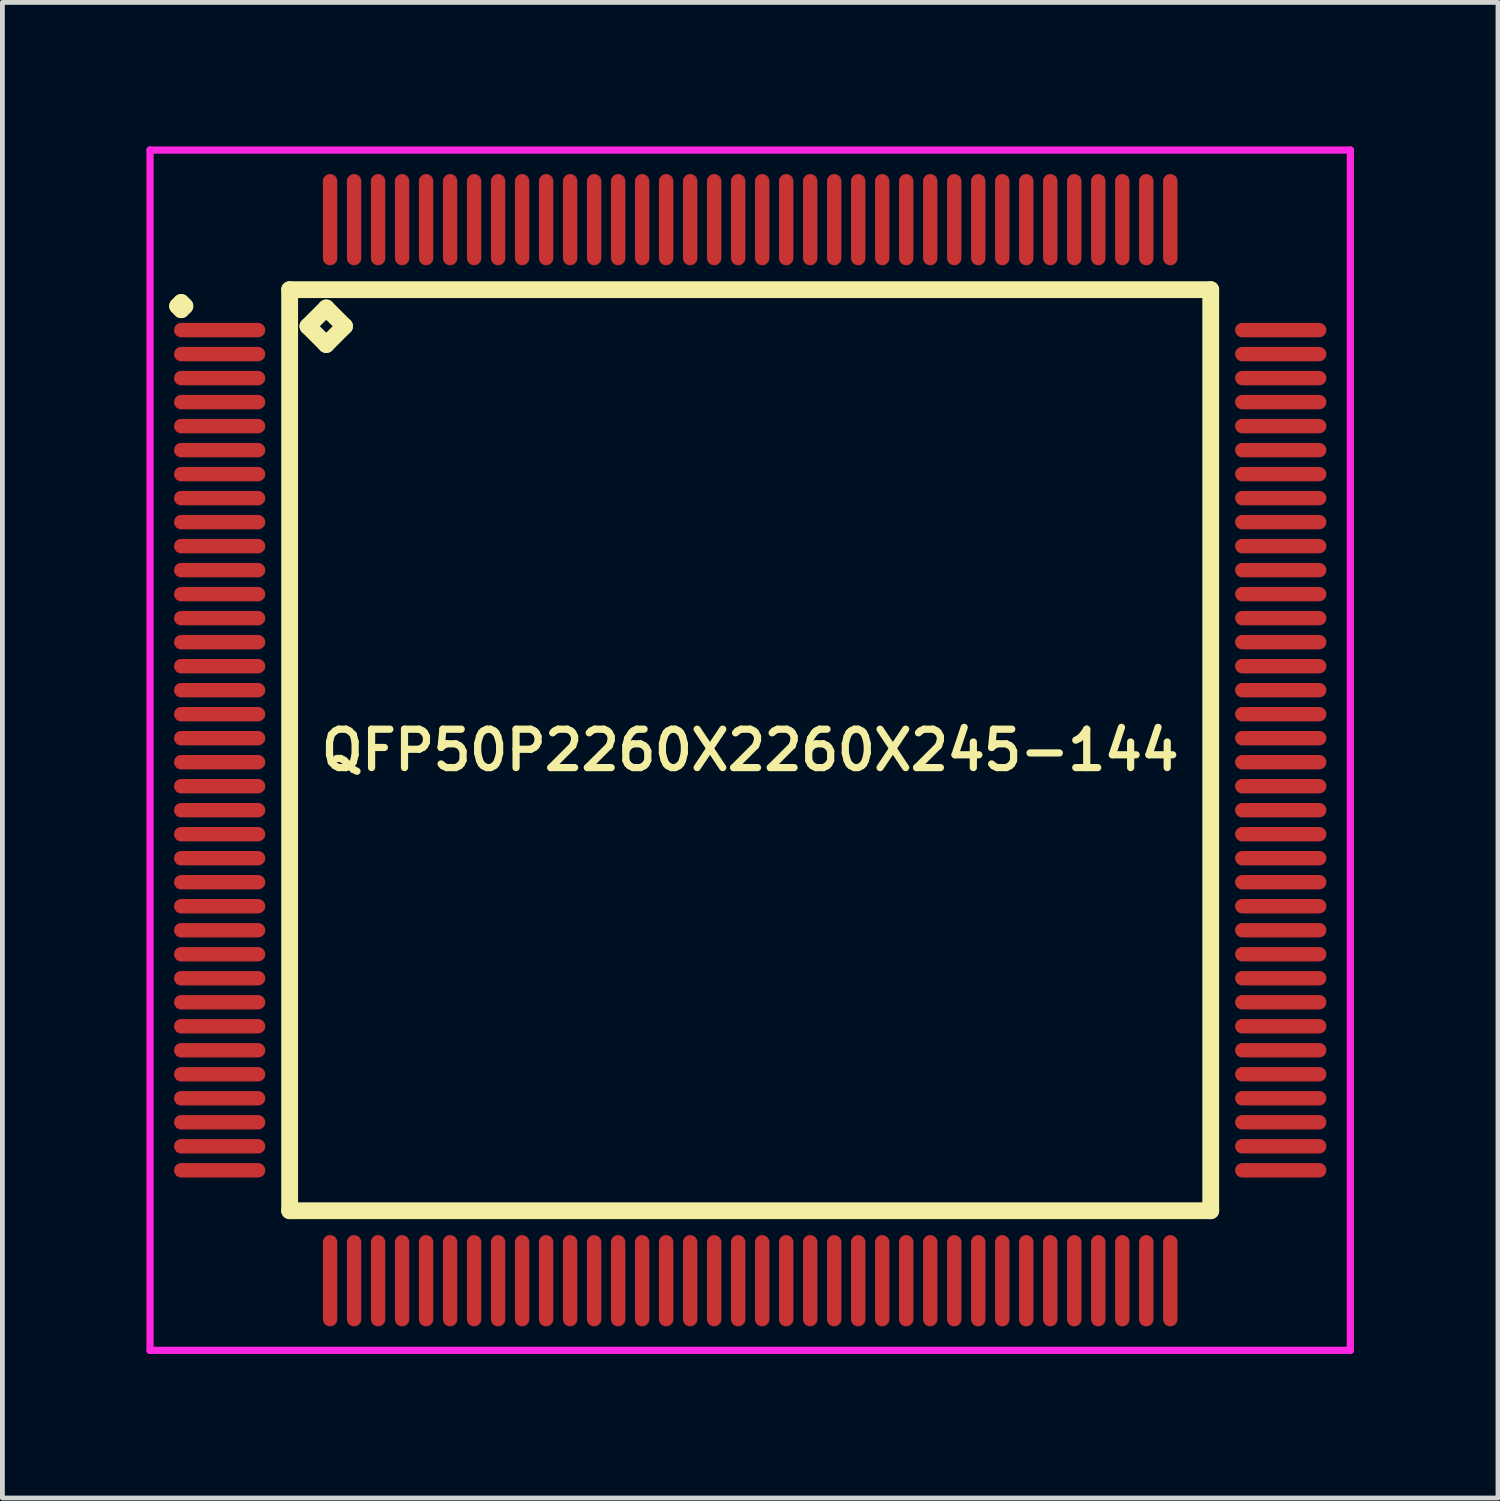
<source format=kicad_pcb>
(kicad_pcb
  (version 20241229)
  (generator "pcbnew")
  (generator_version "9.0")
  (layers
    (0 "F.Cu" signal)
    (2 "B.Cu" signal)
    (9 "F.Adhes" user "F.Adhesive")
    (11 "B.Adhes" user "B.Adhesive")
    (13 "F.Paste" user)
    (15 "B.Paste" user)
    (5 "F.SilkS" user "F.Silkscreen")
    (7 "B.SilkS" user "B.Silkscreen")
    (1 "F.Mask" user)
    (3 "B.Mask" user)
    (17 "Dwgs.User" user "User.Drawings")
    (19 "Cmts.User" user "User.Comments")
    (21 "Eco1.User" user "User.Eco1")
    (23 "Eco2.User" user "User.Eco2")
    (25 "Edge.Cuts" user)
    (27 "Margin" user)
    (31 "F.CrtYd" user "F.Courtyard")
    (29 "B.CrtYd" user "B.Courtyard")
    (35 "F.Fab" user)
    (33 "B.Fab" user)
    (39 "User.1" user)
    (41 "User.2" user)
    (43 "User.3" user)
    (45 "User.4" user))
  (footprint "QFP50P2260X2260X245-144"
    (layer "F.Cu")
    (at 12.575 12.575)
    (property "Reference" "QFP50P2260X2260X245-144" (at 0 0 0) (layer "F.SilkS") (effects (font (size 0.8 0.8) (thickness 0.15))))
    (attr through_hole)
    (fp_line (start -11.925 -9.25) (end -11.85 -9.325) (stroke (width 0.35) (type solid)) (layer "F.SilkS"))
    (fp_line (start -11.85 -9.325) (end -11.775 -9.25) (stroke (width 0.35) (type solid)) (layer "F.SilkS"))
    (fp_line (start -11.85 -9.175) (end -11.925 -9.25) (stroke (width 0.35) (type solid)) (layer "F.SilkS"))
    (fp_line (start -11.775 -9.25) (end -11.85 -9.175) (stroke (width 0.35) (type solid)) (layer "F.SilkS"))
    (fp_line (start -9.592 -9.592) (end -9.592 9.592) (stroke (width 0.35) (type solid)) (layer "F.SilkS"))
    (fp_line (start -9.592 9.592) (end 9.592 9.592) (stroke (width 0.35) (type solid)) (layer "F.SilkS"))
    (fp_line (start -9.211 -8.83) (end -8.83 -9.211) (stroke (width 0.35) (type solid)) (layer "F.SilkS"))
    (fp_line (start -8.83 -9.211) (end -8.449 -8.83) (stroke (width 0.35) (type solid)) (layer "F.SilkS"))
    (fp_line (start -8.83 -8.449) (end -9.211 -8.83) (stroke (width 0.35) (type solid)) (layer "F.SilkS"))
    (fp_line (start -8.449 -8.83) (end -8.83 -8.449) (stroke (width 0.35) (type solid)) (layer "F.SilkS"))
    (fp_line (start 9.592 -9.592) (end -9.592 -9.592) (stroke (width 0.35) (type solid)) (layer "F.SilkS"))
    (fp_line (start 9.592 9.592) (end 9.592 -9.592) (stroke (width 0.35) (type solid)) (layer "F.SilkS"))
    (fp_line (start -12.5 -12.5) (end 12.5 -12.5) (stroke (width 0.15) (type solid)) (layer "F.CrtYd"))
    (fp_line (start -12.5 12.5) (end -12.5 -12.5) (stroke (width 0.15) (type solid)) (layer "F.CrtYd"))
    (fp_line (start 12.5 -12.5) (end 12.5 12.5) (stroke (width 0.15) (type solid)) (layer "F.CrtYd"))
    (fp_line (start 12.5 12.5) (end -12.5 12.5) (stroke (width 0.15) (type solid)) (layer "F.CrtYd"))
    (pad "1" smd oval (at -11.05 -8.75) (size 1.9 0.3) (layers "F.Cu" "F.Mask" "F.Paste"))
    (pad "2" smd oval (at -11.05 -8.25) (size 1.9 0.3) (layers "F.Cu" "F.Mask" "F.Paste"))
    (pad "3" smd oval (at -11.05 -7.75) (size 1.9 0.3) (layers "F.Cu" "F.Mask" "F.Paste"))
    (pad "4" smd oval (at -11.05 -7.25) (size 1.9 0.3) (layers "F.Cu" "F.Mask" "F.Paste"))
    (pad "5" smd oval (at -11.05 -6.75) (size 1.9 0.3) (layers "F.Cu" "F.Mask" "F.Paste"))
    (pad "6" smd oval (at -11.05 -6.25) (size 1.9 0.3) (layers "F.Cu" "F.Mask" "F.Paste"))
    (pad "7" smd oval (at -11.05 -5.75) (size 1.9 0.3) (layers "F.Cu" "F.Mask" "F.Paste"))
    (pad "8" smd oval (at -11.05 -5.25) (size 1.9 0.3) (layers "F.Cu" "F.Mask" "F.Paste"))
    (pad "9" smd oval (at -11.05 -4.75) (size 1.9 0.3) (layers "F.Cu" "F.Mask" "F.Paste"))
    (pad "10" smd oval (at -11.05 -4.25) (size 1.9 0.3) (layers "F.Cu" "F.Mask" "F.Paste"))
    (pad "11" smd oval (at -11.05 -3.75) (size 1.9 0.3) (layers "F.Cu" "F.Mask" "F.Paste"))
    (pad "12" smd oval (at -11.05 -3.25) (size 1.9 0.3) (layers "F.Cu" "F.Mask" "F.Paste"))
    (pad "13" smd oval (at -11.05 -2.75) (size 1.9 0.3) (layers "F.Cu" "F.Mask" "F.Paste"))
    (pad "14" smd oval (at -11.05 -2.25) (size 1.9 0.3) (layers "F.Cu" "F.Mask" "F.Paste"))
    (pad "15" smd oval (at -11.05 -1.75) (size 1.9 0.3) (layers "F.Cu" "F.Mask" "F.Paste"))
    (pad "16" smd oval (at -11.05 -1.25) (size 1.9 0.3) (layers "F.Cu" "F.Mask" "F.Paste"))
    (pad "17" smd oval (at -11.05 -0.75) (size 1.9 0.3) (layers "F.Cu" "F.Mask" "F.Paste"))
    (pad "18" smd oval (at -11.05 -0.25) (size 1.9 0.3) (layers "F.Cu" "F.Mask" "F.Paste"))
    (pad "19" smd oval (at -11.05 0.25) (size 1.9 0.3) (layers "F.Cu" "F.Mask" "F.Paste"))
    (pad "20" smd oval (at -11.05 0.75) (size 1.9 0.3) (layers "F.Cu" "F.Mask" "F.Paste"))
    (pad "21" smd oval (at -11.05 1.25) (size 1.9 0.3) (layers "F.Cu" "F.Mask" "F.Paste"))
    (pad "22" smd oval (at -11.05 1.75) (size 1.9 0.3) (layers "F.Cu" "F.Mask" "F.Paste"))
    (pad "23" smd oval (at -11.05 2.25) (size 1.9 0.3) (layers "F.Cu" "F.Mask" "F.Paste"))
    (pad "24" smd oval (at -11.05 2.75) (size 1.9 0.3) (layers "F.Cu" "F.Mask" "F.Paste"))
    (pad "25" smd oval (at -11.05 3.25) (size 1.9 0.3) (layers "F.Cu" "F.Mask" "F.Paste"))
    (pad "26" smd oval (at -11.05 3.75) (size 1.9 0.3) (layers "F.Cu" "F.Mask" "F.Paste"))
    (pad "27" smd oval (at -11.05 4.25) (size 1.9 0.3) (layers "F.Cu" "F.Mask" "F.Paste"))
    (pad "28" smd oval (at -11.05 4.75) (size 1.9 0.3) (layers "F.Cu" "F.Mask" "F.Paste"))
    (pad "29" smd oval (at -11.05 5.25) (size 1.9 0.3) (layers "F.Cu" "F.Mask" "F.Paste"))
    (pad "30" smd oval (at -11.05 5.75) (size 1.9 0.3) (layers "F.Cu" "F.Mask" "F.Paste"))
    (pad "31" smd oval (at -11.05 6.25) (size 1.9 0.3) (layers "F.Cu" "F.Mask" "F.Paste"))
    (pad "32" smd oval (at -11.05 6.75) (size 1.9 0.3) (layers "F.Cu" "F.Mask" "F.Paste"))
    (pad "33" smd oval (at -11.05 7.25) (size 1.9 0.3) (layers "F.Cu" "F.Mask" "F.Paste"))
    (pad "34" smd oval (at -11.05 7.75) (size 1.9 0.3) (layers "F.Cu" "F.Mask" "F.Paste"))
    (pad "35" smd oval (at -11.05 8.25) (size 1.9 0.3) (layers "F.Cu" "F.Mask" "F.Paste"))
    (pad "36" smd oval (at -11.05 8.75) (size 1.9 0.3) (layers "F.Cu" "F.Mask" "F.Paste"))
    (pad "37" smd oval (at -8.75 11.05) (size 0.3 1.9) (layers "F.Cu" "F.Mask" "F.Paste"))
    (pad "38" smd oval (at -8.25 11.05) (size 0.3 1.9) (layers "F.Cu" "F.Mask" "F.Paste"))
    (pad "39" smd oval (at -7.75 11.05) (size 0.3 1.9) (layers "F.Cu" "F.Mask" "F.Paste"))
    (pad "40" smd oval (at -7.25 11.05) (size 0.3 1.9) (layers "F.Cu" "F.Mask" "F.Paste"))
    (pad "41" smd oval (at -6.75 11.05) (size 0.3 1.9) (layers "F.Cu" "F.Mask" "F.Paste"))
    (pad "42" smd oval (at -6.25 11.05) (size 0.3 1.9) (layers "F.Cu" "F.Mask" "F.Paste"))
    (pad "43" smd oval (at -5.75 11.05) (size 0.3 1.9) (layers "F.Cu" "F.Mask" "F.Paste"))
    (pad "44" smd oval (at -5.25 11.05) (size 0.3 1.9) (layers "F.Cu" "F.Mask" "F.Paste"))
    (pad "45" smd oval (at -4.75 11.05) (size 0.3 1.9) (layers "F.Cu" "F.Mask" "F.Paste"))
    (pad "46" smd oval (at -4.25 11.05) (size 0.3 1.9) (layers "F.Cu" "F.Mask" "F.Paste"))
    (pad "47" smd oval (at -3.75 11.05) (size 0.3 1.9) (layers "F.Cu" "F.Mask" "F.Paste"))
    (pad "48" smd oval (at -3.25 11.05) (size 0.3 1.9) (layers "F.Cu" "F.Mask" "F.Paste"))
    (pad "49" smd oval (at -2.75 11.05) (size 0.3 1.9) (layers "F.Cu" "F.Mask" "F.Paste"))
    (pad "50" smd oval (at -2.25 11.05) (size 0.3 1.9) (layers "F.Cu" "F.Mask" "F.Paste"))
    (pad "51" smd oval (at -1.75 11.05) (size 0.3 1.9) (layers "F.Cu" "F.Mask" "F.Paste"))
    (pad "52" smd oval (at -1.25 11.05) (size 0.3 1.9) (layers "F.Cu" "F.Mask" "F.Paste"))
    (pad "53" smd oval (at -0.75 11.05) (size 0.3 1.9) (layers "F.Cu" "F.Mask" "F.Paste"))
    (pad "54" smd oval (at -0.25 11.05) (size 0.3 1.9) (layers "F.Cu" "F.Mask" "F.Paste"))
    (pad "55" smd oval (at 0.25 11.05) (size 0.3 1.9) (layers "F.Cu" "F.Mask" "F.Paste"))
    (pad "56" smd oval (at 0.75 11.05) (size 0.3 1.9) (layers "F.Cu" "F.Mask" "F.Paste"))
    (pad "57" smd oval (at 1.25 11.05) (size 0.3 1.9) (layers "F.Cu" "F.Mask" "F.Paste"))
    (pad "58" smd oval (at 1.75 11.05) (size 0.3 1.9) (layers "F.Cu" "F.Mask" "F.Paste"))
    (pad "59" smd oval (at 2.25 11.05) (size 0.3 1.9) (layers "F.Cu" "F.Mask" "F.Paste"))
    (pad "60" smd oval (at 2.75 11.05) (size 0.3 1.9) (layers "F.Cu" "F.Mask" "F.Paste"))
    (pad "61" smd oval (at 3.25 11.05) (size 0.3 1.9) (layers "F.Cu" "F.Mask" "F.Paste"))
    (pad "62" smd oval (at 3.75 11.05) (size 0.3 1.9) (layers "F.Cu" "F.Mask" "F.Paste"))
    (pad "63" smd oval (at 4.25 11.05) (size 0.3 1.9) (layers "F.Cu" "F.Mask" "F.Paste"))
    (pad "64" smd oval (at 4.75 11.05) (size 0.3 1.9) (layers "F.Cu" "F.Mask" "F.Paste"))
    (pad "65" smd oval (at 5.25 11.05) (size 0.3 1.9) (layers "F.Cu" "F.Mask" "F.Paste"))
    (pad "66" smd oval (at 5.75 11.05) (size 0.3 1.9) (layers "F.Cu" "F.Mask" "F.Paste"))
    (pad "67" smd oval (at 6.25 11.05) (size 0.3 1.9) (layers "F.Cu" "F.Mask" "F.Paste"))
    (pad "68" smd oval (at 6.75 11.05) (size 0.3 1.9) (layers "F.Cu" "F.Mask" "F.Paste"))
    (pad "69" smd oval (at 7.25 11.05) (size 0.3 1.9) (layers "F.Cu" "F.Mask" "F.Paste"))
    (pad "70" smd oval (at 7.75 11.05) (size 0.3 1.9) (layers "F.Cu" "F.Mask" "F.Paste"))
    (pad "71" smd oval (at 8.25 11.05) (size 0.3 1.9) (layers "F.Cu" "F.Mask" "F.Paste"))
    (pad "72" smd oval (at 8.75 11.05) (size 0.3 1.9) (layers "F.Cu" "F.Mask" "F.Paste"))
    (pad "73" smd oval (at 11.05 8.75) (size 1.9 0.3) (layers "F.Cu" "F.Mask" "F.Paste"))
    (pad "74" smd oval (at 11.05 8.25) (size 1.9 0.3) (layers "F.Cu" "F.Mask" "F.Paste"))
    (pad "75" smd oval (at 11.05 7.75) (size 1.9 0.3) (layers "F.Cu" "F.Mask" "F.Paste"))
    (pad "76" smd oval (at 11.05 7.25) (size 1.9 0.3) (layers "F.Cu" "F.Mask" "F.Paste"))
    (pad "77" smd oval (at 11.05 6.75) (size 1.9 0.3) (layers "F.Cu" "F.Mask" "F.Paste"))
    (pad "78" smd oval (at 11.05 6.25) (size 1.9 0.3) (layers "F.Cu" "F.Mask" "F.Paste"))
    (pad "79" smd oval (at 11.05 5.75) (size 1.9 0.3) (layers "F.Cu" "F.Mask" "F.Paste"))
    (pad "80" smd oval (at 11.05 5.25) (size 1.9 0.3) (layers "F.Cu" "F.Mask" "F.Paste"))
    (pad "81" smd oval (at 11.05 4.75) (size 1.9 0.3) (layers "F.Cu" "F.Mask" "F.Paste"))
    (pad "82" smd oval (at 11.05 4.25) (size 1.9 0.3) (layers "F.Cu" "F.Mask" "F.Paste"))
    (pad "83" smd oval (at 11.05 3.75) (size 1.9 0.3) (layers "F.Cu" "F.Mask" "F.Paste"))
    (pad "84" smd oval (at 11.05 3.25) (size 1.9 0.3) (layers "F.Cu" "F.Mask" "F.Paste"))
    (pad "85" smd oval (at 11.05 2.75) (size 1.9 0.3) (layers "F.Cu" "F.Mask" "F.Paste"))
    (pad "86" smd oval (at 11.05 2.25) (size 1.9 0.3) (layers "F.Cu" "F.Mask" "F.Paste"))
    (pad "87" smd oval (at 11.05 1.75) (size 1.9 0.3) (layers "F.Cu" "F.Mask" "F.Paste"))
    (pad "88" smd oval (at 11.05 1.25) (size 1.9 0.3) (layers "F.Cu" "F.Mask" "F.Paste"))
    (pad "89" smd oval (at 11.05 0.75) (size 1.9 0.3) (layers "F.Cu" "F.Mask" "F.Paste"))
    (pad "90" smd oval (at 11.05 0.25) (size 1.9 0.3) (layers "F.Cu" "F.Mask" "F.Paste"))
    (pad "91" smd oval (at 11.05 -0.25) (size 1.9 0.3) (layers "F.Cu" "F.Mask" "F.Paste"))
    (pad "92" smd oval (at 11.05 -0.75) (size 1.9 0.3) (layers "F.Cu" "F.Mask" "F.Paste"))
    (pad "93" smd oval (at 11.05 -1.25) (size 1.9 0.3) (layers "F.Cu" "F.Mask" "F.Paste"))
    (pad "94" smd oval (at 11.05 -1.75) (size 1.9 0.3) (layers "F.Cu" "F.Mask" "F.Paste"))
    (pad "95" smd oval (at 11.05 -2.25) (size 1.9 0.3) (layers "F.Cu" "F.Mask" "F.Paste"))
    (pad "96" smd oval (at 11.05 -2.75) (size 1.9 0.3) (layers "F.Cu" "F.Mask" "F.Paste"))
    (pad "97" smd oval (at 11.05 -3.25) (size 1.9 0.3) (layers "F.Cu" "F.Mask" "F.Paste"))
    (pad "98" smd oval (at 11.05 -3.75) (size 1.9 0.3) (layers "F.Cu" "F.Mask" "F.Paste"))
    (pad "99" smd oval (at 11.05 -4.25) (size 1.9 0.3) (layers "F.Cu" "F.Mask" "F.Paste"))
    (pad "100" smd oval (at 11.05 -4.75) (size 1.9 0.3) (layers "F.Cu" "F.Mask" "F.Paste"))
    (pad "101" smd oval (at 11.05 -5.25) (size 1.9 0.3) (layers "F.Cu" "F.Mask" "F.Paste"))
    (pad "102" smd oval (at 11.05 -5.75) (size 1.9 0.3) (layers "F.Cu" "F.Mask" "F.Paste"))
    (pad "103" smd oval (at 11.05 -6.25) (size 1.9 0.3) (layers "F.Cu" "F.Mask" "F.Paste"))
    (pad "104" smd oval (at 11.05 -6.75) (size 1.9 0.3) (layers "F.Cu" "F.Mask" "F.Paste"))
    (pad "105" smd oval (at 11.05 -7.25) (size 1.9 0.3) (layers "F.Cu" "F.Mask" "F.Paste"))
    (pad "106" smd oval (at 11.05 -7.75) (size 1.9 0.3) (layers "F.Cu" "F.Mask" "F.Paste"))
    (pad "107" smd oval (at 11.05 -8.25) (size 1.9 0.3) (layers "F.Cu" "F.Mask" "F.Paste"))
    (pad "108" smd oval (at 11.05 -8.75) (size 1.9 0.3) (layers "F.Cu" "F.Mask" "F.Paste"))
    (pad "109" smd oval (at 8.75 -11.05) (size 0.3 1.9) (layers "F.Cu" "F.Mask" "F.Paste"))
    (pad "110" smd oval (at 8.25 -11.05) (size 0.3 1.9) (layers "F.Cu" "F.Mask" "F.Paste"))
    (pad "111" smd oval (at 7.75 -11.05) (size 0.3 1.9) (layers "F.Cu" "F.Mask" "F.Paste"))
    (pad "112" smd oval (at 7.25 -11.05) (size 0.3 1.9) (layers "F.Cu" "F.Mask" "F.Paste"))
    (pad "113" smd oval (at 6.75 -11.05) (size 0.3 1.9) (layers "F.Cu" "F.Mask" "F.Paste"))
    (pad "114" smd oval (at 6.25 -11.05) (size 0.3 1.9) (layers "F.Cu" "F.Mask" "F.Paste"))
    (pad "115" smd oval (at 5.75 -11.05) (size 0.3 1.9) (layers "F.Cu" "F.Mask" "F.Paste"))
    (pad "116" smd oval (at 5.25 -11.05) (size 0.3 1.9) (layers "F.Cu" "F.Mask" "F.Paste"))
    (pad "117" smd oval (at 4.75 -11.05) (size 0.3 1.9) (layers "F.Cu" "F.Mask" "F.Paste"))
    (pad "118" smd oval (at 4.25 -11.05) (size 0.3 1.9) (layers "F.Cu" "F.Mask" "F.Paste"))
    (pad "119" smd oval (at 3.75 -11.05) (size 0.3 1.9) (layers "F.Cu" "F.Mask" "F.Paste"))
    (pad "120" smd oval (at 3.25 -11.05) (size 0.3 1.9) (layers "F.Cu" "F.Mask" "F.Paste"))
    (pad "121" smd oval (at 2.75 -11.05) (size 0.3 1.9) (layers "F.Cu" "F.Mask" "F.Paste"))
    (pad "122" smd oval (at 2.25 -11.05) (size 0.3 1.9) (layers "F.Cu" "F.Mask" "F.Paste"))
    (pad "123" smd oval (at 1.75 -11.05) (size 0.3 1.9) (layers "F.Cu" "F.Mask" "F.Paste"))
    (pad "124" smd oval (at 1.25 -11.05) (size 0.3 1.9) (layers "F.Cu" "F.Mask" "F.Paste"))
    (pad "125" smd oval (at 0.75 -11.05) (size 0.3 1.9) (layers "F.Cu" "F.Mask" "F.Paste"))
    (pad "126" smd oval (at 0.25 -11.05) (size 0.3 1.9) (layers "F.Cu" "F.Mask" "F.Paste"))
    (pad "127" smd oval (at -0.25 -11.05) (size 0.3 1.9) (layers "F.Cu" "F.Mask" "F.Paste"))
    (pad "128" smd oval (at -0.75 -11.05) (size 0.3 1.9) (layers "F.Cu" "F.Mask" "F.Paste"))
    (pad "129" smd oval (at -1.25 -11.05) (size 0.3 1.9) (layers "F.Cu" "F.Mask" "F.Paste"))
    (pad "130" smd oval (at -1.75 -11.05) (size 0.3 1.9) (layers "F.Cu" "F.Mask" "F.Paste"))
    (pad "131" smd oval (at -2.25 -11.05) (size 0.3 1.9) (layers "F.Cu" "F.Mask" "F.Paste"))
    (pad "132" smd oval (at -2.75 -11.05) (size 0.3 1.9) (layers "F.Cu" "F.Mask" "F.Paste"))
    (pad "133" smd oval (at -3.25 -11.05) (size 0.3 1.9) (layers "F.Cu" "F.Mask" "F.Paste"))
    (pad "134" smd oval (at -3.75 -11.05) (size 0.3 1.9) (layers "F.Cu" "F.Mask" "F.Paste"))
    (pad "135" smd oval (at -4.25 -11.05) (size 0.3 1.9) (layers "F.Cu" "F.Mask" "F.Paste"))
    (pad "136" smd oval (at -4.75 -11.05) (size 0.3 1.9) (layers "F.Cu" "F.Mask" "F.Paste"))
    (pad "137" smd oval (at -5.25 -11.05) (size 0.3 1.9) (layers "F.Cu" "F.Mask" "F.Paste"))
    (pad "138" smd oval (at -5.75 -11.05) (size 0.3 1.9) (layers "F.Cu" "F.Mask" "F.Paste"))
    (pad "139" smd oval (at -6.25 -11.05) (size 0.3 1.9) (layers "F.Cu" "F.Mask" "F.Paste"))
    (pad "140" smd oval (at -6.75 -11.05) (size 0.3 1.9) (layers "F.Cu" "F.Mask" "F.Paste"))
    (pad "141" smd oval (at -7.25 -11.05) (size 0.3 1.9) (layers "F.Cu" "F.Mask" "F.Paste"))
    (pad "142" smd oval (at -7.75 -11.05) (size 0.3 1.9) (layers "F.Cu" "F.Mask" "F.Paste"))
    (pad "143" smd oval (at -8.25 -11.05) (size 0.3 1.9) (layers "F.Cu" "F.Mask" "F.Paste"))
    (pad "144" smd oval (at -8.75 -11.05) (size 0.3 1.9) (layers "F.Cu" "F.Mask" "F.Paste")))
  (gr_rect
    (start -3 -3)
    (end 28.15 28.15)
    (stroke (width 0.1) (type default))
    (fill no)
    (layer "Edge.Cuts")))
</source>
